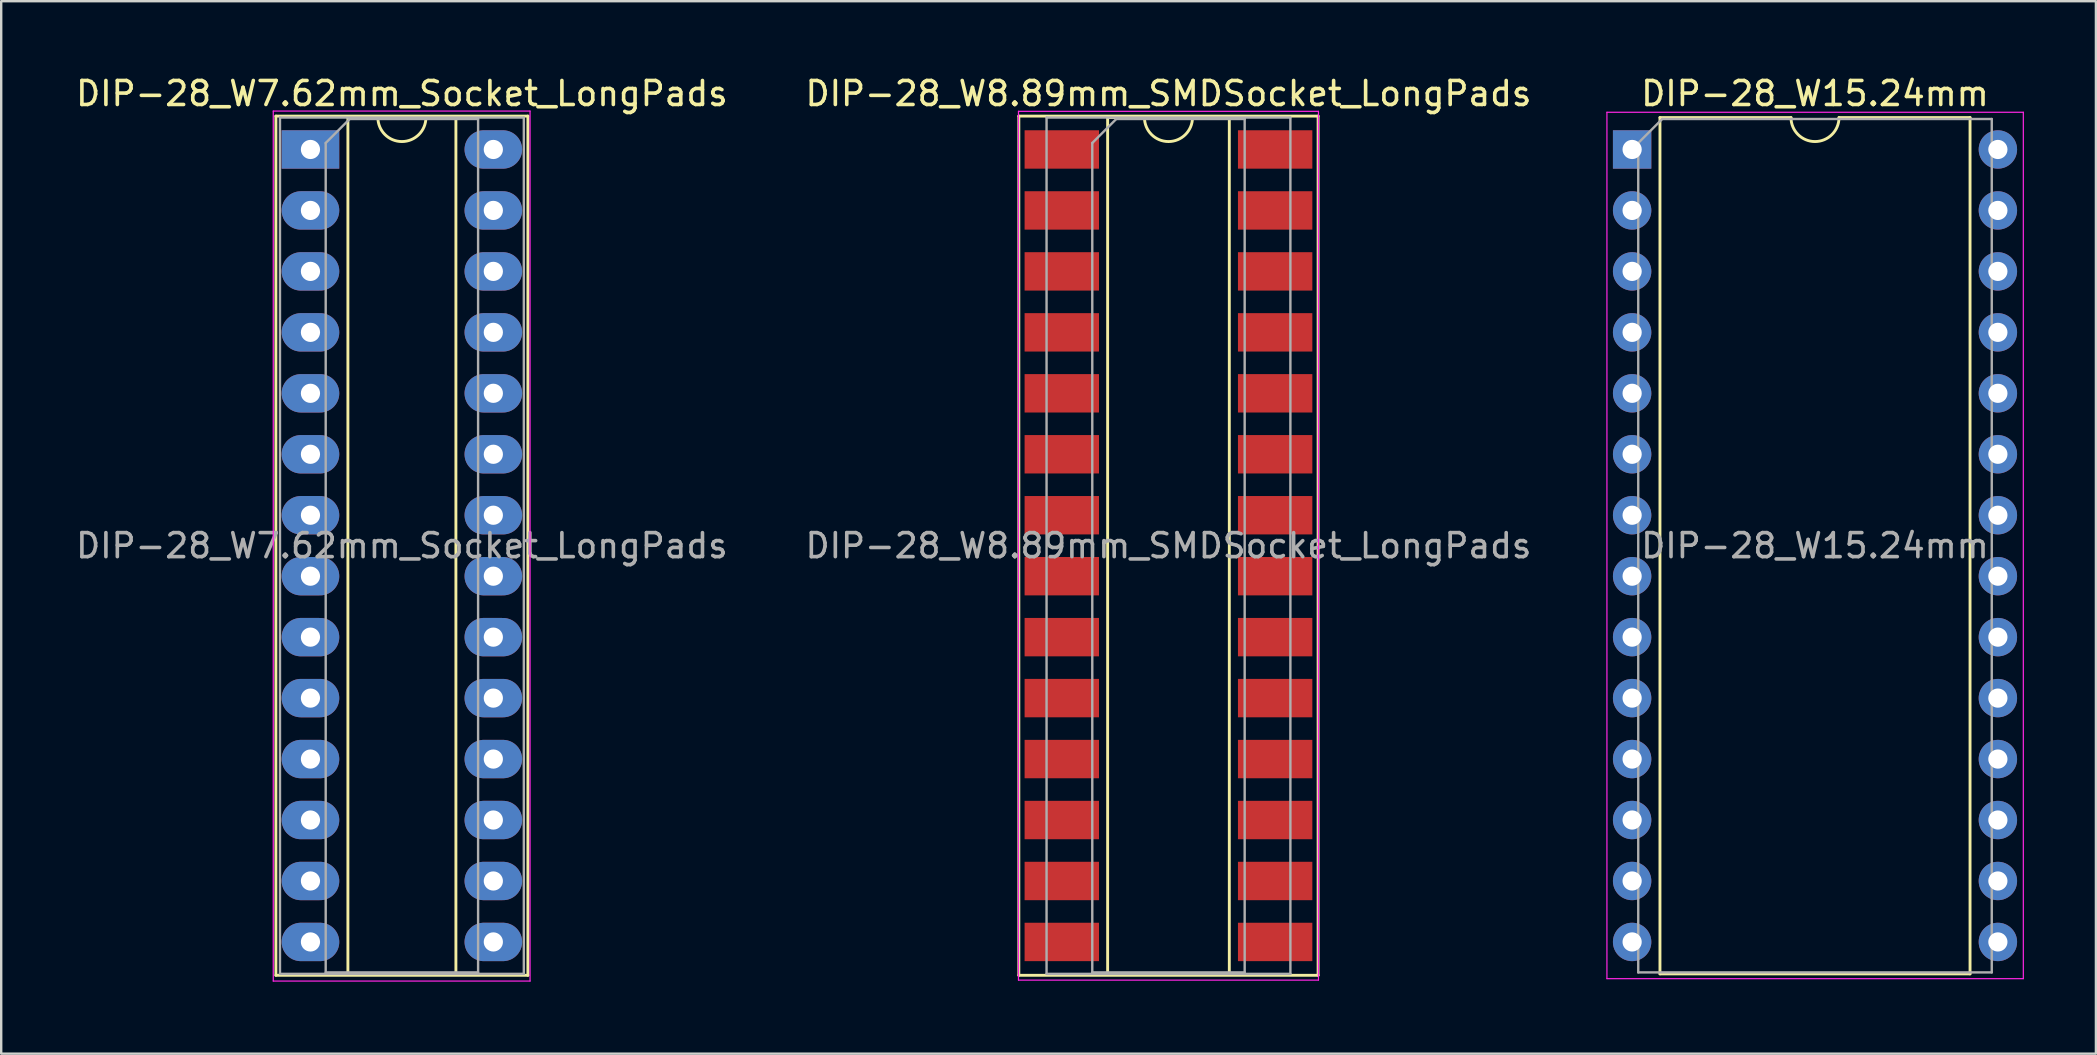
<source format=kicad_pcb>
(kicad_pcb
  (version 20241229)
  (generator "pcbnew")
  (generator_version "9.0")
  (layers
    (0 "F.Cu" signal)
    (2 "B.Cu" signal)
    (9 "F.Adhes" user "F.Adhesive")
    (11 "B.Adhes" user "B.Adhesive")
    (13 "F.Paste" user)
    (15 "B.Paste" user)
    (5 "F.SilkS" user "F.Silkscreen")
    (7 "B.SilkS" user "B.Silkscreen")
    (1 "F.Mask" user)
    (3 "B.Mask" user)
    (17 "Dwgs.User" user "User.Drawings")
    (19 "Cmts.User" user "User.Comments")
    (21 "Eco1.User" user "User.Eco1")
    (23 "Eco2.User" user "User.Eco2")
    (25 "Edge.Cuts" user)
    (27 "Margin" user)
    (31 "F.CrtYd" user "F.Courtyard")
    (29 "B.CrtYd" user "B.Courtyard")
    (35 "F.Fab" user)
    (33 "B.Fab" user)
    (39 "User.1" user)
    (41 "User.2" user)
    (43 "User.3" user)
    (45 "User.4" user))
  (footprint "DIP-28_W7.62mm_Socket_LongPads"
    (layer "F.Cu")
    (at 9.886 3.178)
    (property "Reference" "DIP-28_W7.62mm_Socket_LongPads" (at 3.81 -2.33 0) (layer "F.SilkS") (effects (font (size 1 1) (thickness 0.15))))
    (attr through_hole)
    (fp_line (start -1.44 -1.39) (end -1.44 34.41) (stroke (width 0.12) (type solid)) (layer "F.SilkS"))
    (fp_line (start -1.44 34.41) (end 9.06 34.41) (stroke (width 0.12) (type solid)) (layer "F.SilkS"))
    (fp_line (start 1.56 -1.33) (end 1.56 34.35) (stroke (width 0.12) (type solid)) (layer "F.SilkS"))
    (fp_line (start 1.56 34.35) (end 6.06 34.35) (stroke (width 0.12) (type solid)) (layer "F.SilkS"))
    (fp_line (start 2.81 -1.33) (end 1.56 -1.33) (stroke (width 0.12) (type solid)) (layer "F.SilkS"))
    (fp_line (start 6.06 -1.33) (end 4.81 -1.33) (stroke (width 0.12) (type solid)) (layer "F.SilkS"))
    (fp_line (start 6.06 34.35) (end 6.06 -1.33) (stroke (width 0.12) (type solid)) (layer "F.SilkS"))
    (fp_line (start 9.06 -1.39) (end -1.44 -1.39) (stroke (width 0.12) (type solid)) (layer "F.SilkS"))
    (fp_line (start 9.06 34.41) (end 9.06 -1.39) (stroke (width 0.12) (type solid)) (layer "F.SilkS"))
    (fp_arc (start 4.81 -1.33) (mid 3.81 -0.33) (end 2.81 -1.33) (stroke (width 0.12) (type solid)) (layer "F.SilkS"))
    (fp_line (start -1.55 -1.6) (end -1.55 34.65) (stroke (width 0.05) (type solid)) (layer "F.CrtYd"))
    (fp_line (start -1.55 34.65) (end 9.15 34.65) (stroke (width 0.05) (type solid)) (layer "F.CrtYd"))
    (fp_line (start 9.15 -1.6) (end -1.55 -1.6) (stroke (width 0.05) (type solid)) (layer "F.CrtYd"))
    (fp_line (start 9.15 34.65) (end 9.15 -1.6) (stroke (width 0.05) (type solid)) (layer "F.CrtYd"))
    (fp_line (start -1.27 -1.33) (end -1.27 34.35) (stroke (width 0.1) (type solid)) (layer "F.Fab"))
    (fp_line (start -1.27 34.35) (end 8.89 34.35) (stroke (width 0.1) (type solid)) (layer "F.Fab"))
    (fp_line (start 0.635 -0.27) (end 1.635 -1.27) (stroke (width 0.1) (type solid)) (layer "F.Fab"))
    (fp_line (start 0.635 34.29) (end 0.635 -0.27) (stroke (width 0.1) (type solid)) (layer "F.Fab"))
    (fp_line (start 1.635 -1.27) (end 6.985 -1.27) (stroke (width 0.1) (type solid)) (layer "F.Fab"))
    (fp_line (start 6.985 -1.27) (end 6.985 34.29) (stroke (width 0.1) (type solid)) (layer "F.Fab"))
    (fp_line (start 6.985 34.29) (end 0.635 34.29) (stroke (width 0.1) (type solid)) (layer "F.Fab"))
    (fp_line (start 8.89 -1.33) (end -1.27 -1.33) (stroke (width 0.1) (type solid)) (layer "F.Fab"))
    (fp_line (start 8.89 34.35) (end 8.89 -1.33) (stroke (width 0.1) (type solid)) (layer "F.Fab"))
    (fp_text user "${REFERENCE}" (at 3.81 16.51 0) (layer "F.Fab") (effects (font (size 1 1) (thickness 0.15))))
    (pad "1" thru_hole rect (at 0 0) (size 2.4 1.6) (drill 0.8) (layers "*.Cu" "*.Mask"))
    (pad "2" thru_hole oval (at 0 2.54) (size 2.4 1.6) (drill 0.8) (layers "*.Cu" "*.Mask"))
    (pad "3" thru_hole oval (at 0 5.08) (size 2.4 1.6) (drill 0.8) (layers "*.Cu" "*.Mask"))
    (pad "4" thru_hole oval (at 0 7.62) (size 2.4 1.6) (drill 0.8) (layers "*.Cu" "*.Mask"))
    (pad "5" thru_hole oval (at 0 10.16) (size 2.4 1.6) (drill 0.8) (layers "*.Cu" "*.Mask"))
    (pad "6" thru_hole oval (at 0 12.7) (size 2.4 1.6) (drill 0.8) (layers "*.Cu" "*.Mask"))
    (pad "7" thru_hole oval (at 0 15.24) (size 2.4 1.6) (drill 0.8) (layers "*.Cu" "*.Mask"))
    (pad "8" thru_hole oval (at 0 17.78) (size 2.4 1.6) (drill 0.8) (layers "*.Cu" "*.Mask"))
    (pad "9" thru_hole oval (at 0 20.32) (size 2.4 1.6) (drill 0.8) (layers "*.Cu" "*.Mask"))
    (pad "10" thru_hole oval (at 0 22.86) (size 2.4 1.6) (drill 0.8) (layers "*.Cu" "*.Mask"))
    (pad "11" thru_hole oval (at 0 25.4) (size 2.4 1.6) (drill 0.8) (layers "*.Cu" "*.Mask"))
    (pad "12" thru_hole oval (at 0 27.94) (size 2.4 1.6) (drill 0.8) (layers "*.Cu" "*.Mask"))
    (pad "13" thru_hole oval (at 0 30.48) (size 2.4 1.6) (drill 0.8) (layers "*.Cu" "*.Mask"))
    (pad "14" thru_hole oval (at 0 33.02) (size 2.4 1.6) (drill 0.8) (layers "*.Cu" "*.Mask"))
    (pad "15" thru_hole oval (at 7.62 33.02) (size 2.4 1.6) (drill 0.8) (layers "*.Cu" "*.Mask"))
    (pad "16" thru_hole oval (at 7.62 30.48) (size 2.4 1.6) (drill 0.8) (layers "*.Cu" "*.Mask"))
    (pad "17" thru_hole oval (at 7.62 27.94) (size 2.4 1.6) (drill 0.8) (layers "*.Cu" "*.Mask"))
    (pad "18" thru_hole oval (at 7.62 25.4) (size 2.4 1.6) (drill 0.8) (layers "*.Cu" "*.Mask"))
    (pad "19" thru_hole oval (at 7.62 22.86) (size 2.4 1.6) (drill 0.8) (layers "*.Cu" "*.Mask"))
    (pad "20" thru_hole oval (at 7.62 20.32) (size 2.4 1.6) (drill 0.8) (layers "*.Cu" "*.Mask"))
    (pad "21" thru_hole oval (at 7.62 17.78) (size 2.4 1.6) (drill 0.8) (layers "*.Cu" "*.Mask"))
    (pad "22" thru_hole oval (at 7.62 15.24) (size 2.4 1.6) (drill 0.8) (layers "*.Cu" "*.Mask"))
    (pad "23" thru_hole oval (at 7.62 12.7) (size 2.4 1.6) (drill 0.8) (layers "*.Cu" "*.Mask"))
    (pad "24" thru_hole oval (at 7.62 10.16) (size 2.4 1.6) (drill 0.8) (layers "*.Cu" "*.Mask"))
    (pad "25" thru_hole oval (at 7.62 7.62) (size 2.4 1.6) (drill 0.8) (layers "*.Cu" "*.Mask"))
    (pad "26" thru_hole oval (at 7.62 5.08) (size 2.4 1.6) (drill 0.8) (layers "*.Cu" "*.Mask"))
    (pad "27" thru_hole oval (at 7.62 2.54) (size 2.4 1.6) (drill 0.8) (layers "*.Cu" "*.Mask"))
    (pad "28" thru_hole oval (at 7.62 0) (size 2.4 1.6) (drill 0.8) (layers "*.Cu" "*.Mask")))
  (footprint "DIP-28_W15.24mm"
    (layer "F.Cu")
    (at 64.956 3.178)
    (property "Reference" "DIP-28_W15.24mm" (at 7.62 -2.33 0) (layer "F.SilkS") (effects (font (size 1 1) (thickness 0.15))))
    (attr through_hole)
    (fp_line (start 1.16 -1.33) (end 1.16 34.35) (stroke (width 0.12) (type solid)) (layer "F.SilkS"))
    (fp_line (start 1.16 34.35) (end 14.08 34.35) (stroke (width 0.12) (type solid)) (layer "F.SilkS"))
    (fp_line (start 6.62 -1.33) (end 1.16 -1.33) (stroke (width 0.12) (type solid)) (layer "F.SilkS"))
    (fp_line (start 14.08 -1.33) (end 8.62 -1.33) (stroke (width 0.12) (type solid)) (layer "F.SilkS"))
    (fp_line (start 14.08 34.35) (end 14.08 -1.33) (stroke (width 0.12) (type solid)) (layer "F.SilkS"))
    (fp_arc (start 8.62 -1.33) (mid 7.62 -0.33) (end 6.62 -1.33) (stroke (width 0.12) (type solid)) (layer "F.SilkS"))
    (fp_line (start -1.05 -1.55) (end -1.05 34.55) (stroke (width 0.05) (type solid)) (layer "F.CrtYd"))
    (fp_line (start -1.05 34.55) (end 16.3 34.55) (stroke (width 0.05) (type solid)) (layer "F.CrtYd"))
    (fp_line (start 16.3 -1.55) (end -1.05 -1.55) (stroke (width 0.05) (type solid)) (layer "F.CrtYd"))
    (fp_line (start 16.3 34.55) (end 16.3 -1.55) (stroke (width 0.05) (type solid)) (layer "F.CrtYd"))
    (fp_line (start 0.255 -0.27) (end 1.255 -1.27) (stroke (width 0.1) (type solid)) (layer "F.Fab"))
    (fp_line (start 0.255 34.29) (end 0.255 -0.27) (stroke (width 0.1) (type solid)) (layer "F.Fab"))
    (fp_line (start 1.255 -1.27) (end 14.985 -1.27) (stroke (width 0.1) (type solid)) (layer "F.Fab"))
    (fp_line (start 14.985 -1.27) (end 14.985 34.29) (stroke (width 0.1) (type solid)) (layer "F.Fab"))
    (fp_line (start 14.985 34.29) (end 0.255 34.29) (stroke (width 0.1) (type solid)) (layer "F.Fab"))
    (fp_text user "${REFERENCE}" (at 7.62 16.51 0) (layer "F.Fab") (effects (font (size 1 1) (thickness 0.15))))
    (pad "1" thru_hole rect (at 0 0) (size 1.6 1.6) (drill 0.8) (layers "*.Cu" "*.Mask"))
    (pad "2" thru_hole oval (at 0 2.54) (size 1.6 1.6) (drill 0.8) (layers "*.Cu" "*.Mask"))
    (pad "3" thru_hole oval (at 0 5.08) (size 1.6 1.6) (drill 0.8) (layers "*.Cu" "*.Mask"))
    (pad "4" thru_hole oval (at 0 7.62) (size 1.6 1.6) (drill 0.8) (layers "*.Cu" "*.Mask"))
    (pad "5" thru_hole oval (at 0 10.16) (size 1.6 1.6) (drill 0.8) (layers "*.Cu" "*.Mask"))
    (pad "6" thru_hole oval (at 0 12.7) (size 1.6 1.6) (drill 0.8) (layers "*.Cu" "*.Mask"))
    (pad "7" thru_hole oval (at 0 15.24) (size 1.6 1.6) (drill 0.8) (layers "*.Cu" "*.Mask"))
    (pad "8" thru_hole oval (at 0 17.78) (size 1.6 1.6) (drill 0.8) (layers "*.Cu" "*.Mask"))
    (pad "9" thru_hole oval (at 0 20.32) (size 1.6 1.6) (drill 0.8) (layers "*.Cu" "*.Mask"))
    (pad "10" thru_hole oval (at 0 22.86) (size 1.6 1.6) (drill 0.8) (layers "*.Cu" "*.Mask"))
    (pad "11" thru_hole oval (at 0 25.4) (size 1.6 1.6) (drill 0.8) (layers "*.Cu" "*.Mask"))
    (pad "12" thru_hole oval (at 0 27.94) (size 1.6 1.6) (drill 0.8) (layers "*.Cu" "*.Mask"))
    (pad "13" thru_hole oval (at 0 30.48) (size 1.6 1.6) (drill 0.8) (layers "*.Cu" "*.Mask"))
    (pad "14" thru_hole oval (at 0 33.02) (size 1.6 1.6) (drill 0.8) (layers "*.Cu" "*.Mask"))
    (pad "15" thru_hole oval (at 15.24 33.02) (size 1.6 1.6) (drill 0.8) (layers "*.Cu" "*.Mask"))
    (pad "16" thru_hole oval (at 15.24 30.48) (size 1.6 1.6) (drill 0.8) (layers "*.Cu" "*.Mask"))
    (pad "17" thru_hole oval (at 15.24 27.94) (size 1.6 1.6) (drill 0.8) (layers "*.Cu" "*.Mask"))
    (pad "18" thru_hole oval (at 15.24 25.4) (size 1.6 1.6) (drill 0.8) (layers "*.Cu" "*.Mask"))
    (pad "19" thru_hole oval (at 15.24 22.86) (size 1.6 1.6) (drill 0.8) (layers "*.Cu" "*.Mask"))
    (pad "20" thru_hole oval (at 15.24 20.32) (size 1.6 1.6) (drill 0.8) (layers "*.Cu" "*.Mask"))
    (pad "21" thru_hole oval (at 15.24 17.78) (size 1.6 1.6) (drill 0.8) (layers "*.Cu" "*.Mask"))
    (pad "22" thru_hole oval (at 15.24 15.24) (size 1.6 1.6) (drill 0.8) (layers "*.Cu" "*.Mask"))
    (pad "23" thru_hole oval (at 15.24 12.7) (size 1.6 1.6) (drill 0.8) (layers "*.Cu" "*.Mask"))
    (pad "24" thru_hole oval (at 15.24 10.16) (size 1.6 1.6) (drill 0.8) (layers "*.Cu" "*.Mask"))
    (pad "25" thru_hole oval (at 15.24 7.62) (size 1.6 1.6) (drill 0.8) (layers "*.Cu" "*.Mask"))
    (pad "26" thru_hole oval (at 15.24 5.08) (size 1.6 1.6) (drill 0.8) (layers "*.Cu" "*.Mask"))
    (pad "27" thru_hole oval (at 15.24 2.54) (size 1.6 1.6) (drill 0.8) (layers "*.Cu" "*.Mask"))
    (pad "28" thru_hole oval (at 15.24 0) (size 1.6 1.6) (drill 0.8) (layers "*.Cu" "*.Mask")))
  (footprint "DIP-28_W8.89mm_SMDSocket_LongPads"
    (layer "F.Cu")
    (at 45.637 19.688)
    (property "Reference" "DIP-28_W8.89mm_SMDSocket_LongPads" (at 0 -18.84 0) (layer "F.SilkS") (effects (font (size 1 1) (thickness 0.15))))
    (attr smd)
    (fp_line (start -6.235 -17.9) (end -6.235 17.9) (stroke (width 0.12) (type solid)) (layer "F.SilkS"))
    (fp_line (start -6.235 17.9) (end 6.235 17.9) (stroke (width 0.12) (type solid)) (layer "F.SilkS"))
    (fp_line (start -2.535 -17.84) (end -2.535 17.84) (stroke (width 0.12) (type solid)) (layer "F.SilkS"))
    (fp_line (start -2.535 17.84) (end 2.535 17.84) (stroke (width 0.12) (type solid)) (layer "F.SilkS"))
    (fp_line (start -1 -17.84) (end -2.535 -17.84) (stroke (width 0.12) (type solid)) (layer "F.SilkS"))
    (fp_line (start 2.535 -17.84) (end 1 -17.84) (stroke (width 0.12) (type solid)) (layer "F.SilkS"))
    (fp_line (start 2.535 17.84) (end 2.535 -17.84) (stroke (width 0.12) (type solid)) (layer "F.SilkS"))
    (fp_line (start 6.235 -17.9) (end -6.235 -17.9) (stroke (width 0.12) (type solid)) (layer "F.SilkS"))
    (fp_line (start 6.235 17.9) (end 6.235 -17.9) (stroke (width 0.12) (type solid)) (layer "F.SilkS"))
    (fp_arc (start 1 -17.84) (mid 0 -16.84) (end -1 -17.84) (stroke (width 0.12) (type solid)) (layer "F.SilkS"))
    (fp_line (start -6.25 -18.1) (end -6.25 18.1) (stroke (width 0.05) (type solid)) (layer "F.CrtYd"))
    (fp_line (start -6.25 18.1) (end 6.25 18.1) (stroke (width 0.05) (type solid)) (layer "F.CrtYd"))
    (fp_line (start 6.25 -18.1) (end -6.25 -18.1) (stroke (width 0.05) (type solid)) (layer "F.CrtYd"))
    (fp_line (start 6.25 18.1) (end 6.25 -18.1) (stroke (width 0.05) (type solid)) (layer "F.CrtYd"))
    (fp_line (start -5.08 -17.84) (end -5.08 17.84) (stroke (width 0.1) (type solid)) (layer "F.Fab"))
    (fp_line (start -5.08 17.84) (end 5.08 17.84) (stroke (width 0.1) (type solid)) (layer "F.Fab"))
    (fp_line (start -3.175 -16.78) (end -2.175 -17.78) (stroke (width 0.1) (type solid)) (layer "F.Fab"))
    (fp_line (start -3.175 17.78) (end -3.175 -16.78) (stroke (width 0.1) (type solid)) (layer "F.Fab"))
    (fp_line (start -2.175 -17.78) (end 3.175 -17.78) (stroke (width 0.1) (type solid)) (layer "F.Fab"))
    (fp_line (start 3.175 -17.78) (end 3.175 17.78) (stroke (width 0.1) (type solid)) (layer "F.Fab"))
    (fp_line (start 3.175 17.78) (end -3.175 17.78) (stroke (width 0.1) (type solid)) (layer "F.Fab"))
    (fp_line (start 5.08 -17.84) (end -5.08 -17.84) (stroke (width 0.1) (type solid)) (layer "F.Fab"))
    (fp_line (start 5.08 17.84) (end 5.08 -17.84) (stroke (width 0.1) (type solid)) (layer "F.Fab"))
    (fp_text user "${REFERENCE}" (at 0 0 0) (layer "F.Fab") (effects (font (size 1 1) (thickness 0.15))))
    (pad "1" smd rect (at -4.445 -16.51) (size 3.1 1.6) (layers "F.Cu" "F.Mask" "F.Paste"))
    (pad "2" smd rect (at -4.445 -13.97) (size 3.1 1.6) (layers "F.Cu" "F.Mask" "F.Paste"))
    (pad "3" smd rect (at -4.445 -11.43) (size 3.1 1.6) (layers "F.Cu" "F.Mask" "F.Paste"))
    (pad "4" smd rect (at -4.445 -8.89) (size 3.1 1.6) (layers "F.Cu" "F.Mask" "F.Paste"))
    (pad "5" smd rect (at -4.445 -6.35) (size 3.1 1.6) (layers "F.Cu" "F.Mask" "F.Paste"))
    (pad "6" smd rect (at -4.445 -3.81) (size 3.1 1.6) (layers "F.Cu" "F.Mask" "F.Paste"))
    (pad "7" smd rect (at -4.445 -1.27) (size 3.1 1.6) (layers "F.Cu" "F.Mask" "F.Paste"))
    (pad "8" smd rect (at -4.445 1.27) (size 3.1 1.6) (layers "F.Cu" "F.Mask" "F.Paste"))
    (pad "9" smd rect (at -4.445 3.81) (size 3.1 1.6) (layers "F.Cu" "F.Mask" "F.Paste"))
    (pad "10" smd rect (at -4.445 6.35) (size 3.1 1.6) (layers "F.Cu" "F.Mask" "F.Paste"))
    (pad "11" smd rect (at -4.445 8.89) (size 3.1 1.6) (layers "F.Cu" "F.Mask" "F.Paste"))
    (pad "12" smd rect (at -4.445 11.43) (size 3.1 1.6) (layers "F.Cu" "F.Mask" "F.Paste"))
    (pad "13" smd rect (at -4.445 13.97) (size 3.1 1.6) (layers "F.Cu" "F.Mask" "F.Paste"))
    (pad "14" smd rect (at -4.445 16.51) (size 3.1 1.6) (layers "F.Cu" "F.Mask" "F.Paste"))
    (pad "15" smd rect (at 4.445 16.51) (size 3.1 1.6) (layers "F.Cu" "F.Mask" "F.Paste"))
    (pad "16" smd rect (at 4.445 13.97) (size 3.1 1.6) (layers "F.Cu" "F.Mask" "F.Paste"))
    (pad "17" smd rect (at 4.445 11.43) (size 3.1 1.6) (layers "F.Cu" "F.Mask" "F.Paste"))
    (pad "18" smd rect (at 4.445 8.89) (size 3.1 1.6) (layers "F.Cu" "F.Mask" "F.Paste"))
    (pad "19" smd rect (at 4.445 6.35) (size 3.1 1.6) (layers "F.Cu" "F.Mask" "F.Paste"))
    (pad "20" smd rect (at 4.445 3.81) (size 3.1 1.6) (layers "F.Cu" "F.Mask" "F.Paste"))
    (pad "21" smd rect (at 4.445 1.27) (size 3.1 1.6) (layers "F.Cu" "F.Mask" "F.Paste"))
    (pad "22" smd rect (at 4.445 -1.27) (size 3.1 1.6) (layers "F.Cu" "F.Mask" "F.Paste"))
    (pad "23" smd rect (at 4.445 -3.81) (size 3.1 1.6) (layers "F.Cu" "F.Mask" "F.Paste"))
    (pad "24" smd rect (at 4.445 -6.35) (size 3.1 1.6) (layers "F.Cu" "F.Mask" "F.Paste"))
    (pad "25" smd rect (at 4.445 -8.89) (size 3.1 1.6) (layers "F.Cu" "F.Mask" "F.Paste"))
    (pad "26" smd rect (at 4.445 -11.43) (size 3.1 1.6) (layers "F.Cu" "F.Mask" "F.Paste"))
    (pad "27" smd rect (at 4.445 -13.97) (size 3.1 1.6) (layers "F.Cu" "F.Mask" "F.Paste"))
    (pad "28" smd rect (at 4.445 -16.51) (size 3.1 1.6) (layers "F.Cu" "F.Mask" "F.Paste")))
  (gr_rect
    (start -3 -3)
    (end 84.281 40.853)
    (stroke (width 0.1) (type default))
    (fill no)
    (layer "Edge.Cuts")))
</source>
